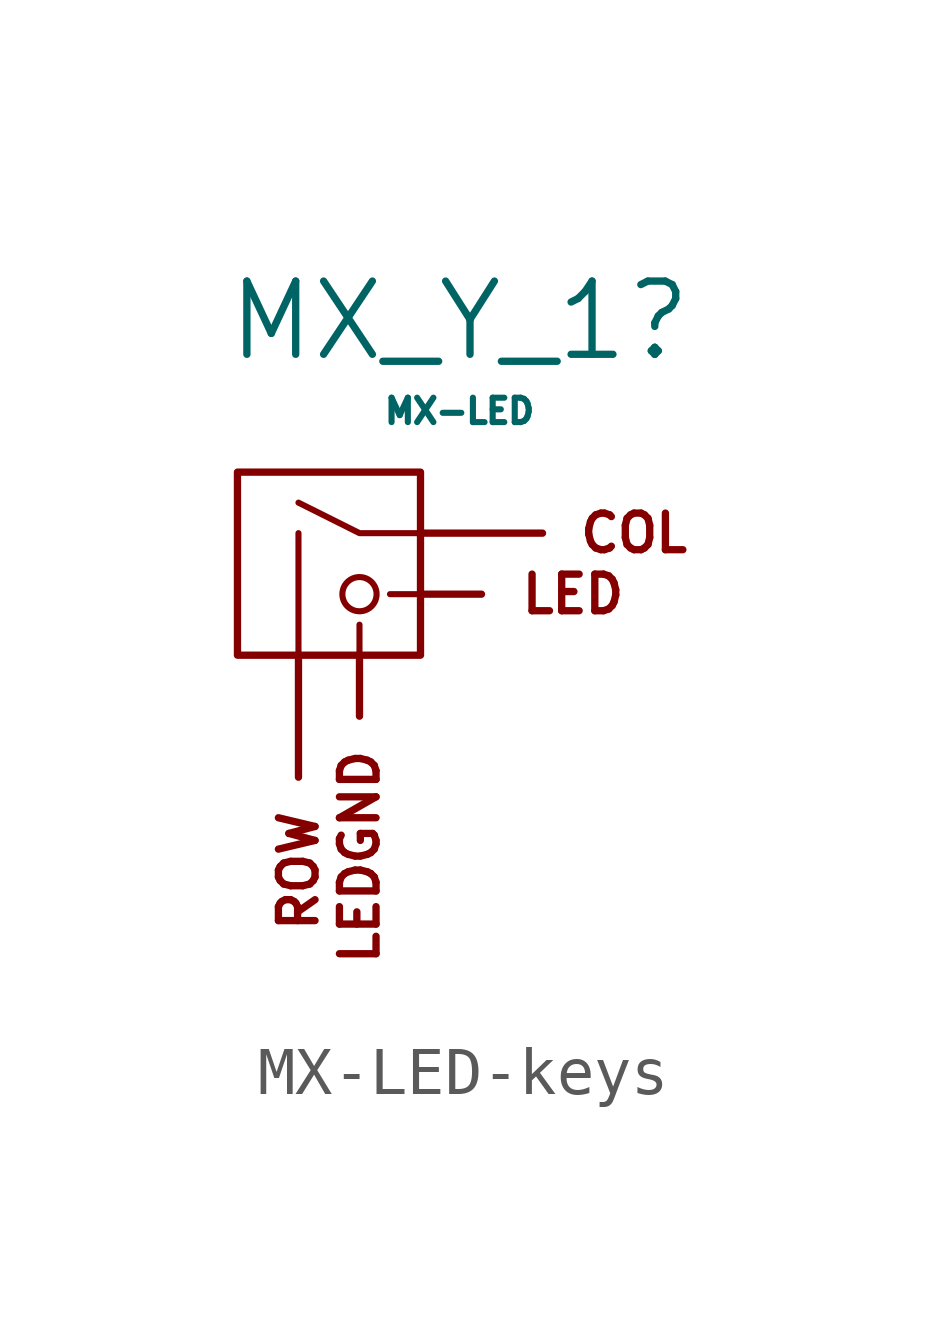
<source format=kicad_sym>
(kicad_symbol_lib
  (version 20211014)
  (generator kicad_symbol_editor)
  (symbol "MX-LED-keys"
    (pin_names
      (offset 1.016))
    (property "Reference" "MX_Y_1"
      (at 2.083 5.69 0)
      (effects (font (size 1.524 1.524))))
    (property "Value" "MX-LED"
      (at 2.083 3.81 0)
      (effects (font (size 0.508 0.508))))
    (symbol "MX-LED-keys_0_0"
      (rectangle (start -2.54 2.54) (end 1.27 -1.27) (stroke (width 0) (type default) (color 0 0 0 0)) (fill (type none)))
      (polyline (pts (xy -1.27 -1.27) (xy -1.27 1.27)) (stroke (width 0.127) (type default) (color 0 0 0 0)) (fill (type none)))
      (polyline (pts (xy 0 -1.27) (xy 0 -0.635)) (stroke (width 0.127) (type default) (color 0 0 0 0)) (fill (type none)))
      (polyline (pts (xy 1.27 0) (xy 0.635 0)) (stroke (width 0.127) (type default) (color 0 0 0 0)) (fill (type none)))
      (polyline (pts (xy 1.27 1.27) (xy 0 1.27) (xy -1.27 1.905)) (stroke (width 0.127) (type default) (color 0 0 0 0)) (fill (type none)))
      (circle (center 0 0) (radius 0.356) (stroke (width 0.127) (type default) (color 0 0 0 0)) (fill (type none)))
      (text "COL" (at 5.715 1.27 0) (effects (font (size 0.762 0.762))))
      (text "LED" (at 4.445 0 0) (effects (font (size 0.762 0.762))))
      (text "ROW" (at -1.27 -4.445 900) (effects (font (size 0.762 0.762)) (justify right))))
    (symbol "MX-LED-keys_1_0"
      (text "LEDGND" (at 0 -3.175 900) (effects (font (size 0.762 0.762)) (justify right))))
    (symbol "MX-LED-keys_1_1"
      (pin passive line (at 3.81 1.27 180) (length 2.54) (name "COL" (effects (font (size 0 0)))) (number "1" (effects (font (size 0 0)))))
      (pin passive line (at -1.27 -3.81 90) (length 2.54) (name "ROW" (effects (font (size 0 0)))) (number "2" (effects (font (size 0 0)))))
      (pin input line (at 2.54 0 180) (length 1.27) (name "LED" (effects (font (size 0 0)))) (number "3" (effects (font (size 0 0)))))
      (pin passive line (at 0 -2.54 90) (length 1.27) (name "LEDGND" (effects (font (size 0 0)))) (number "4" (effects (font (size 0 0))))))))
</source>
